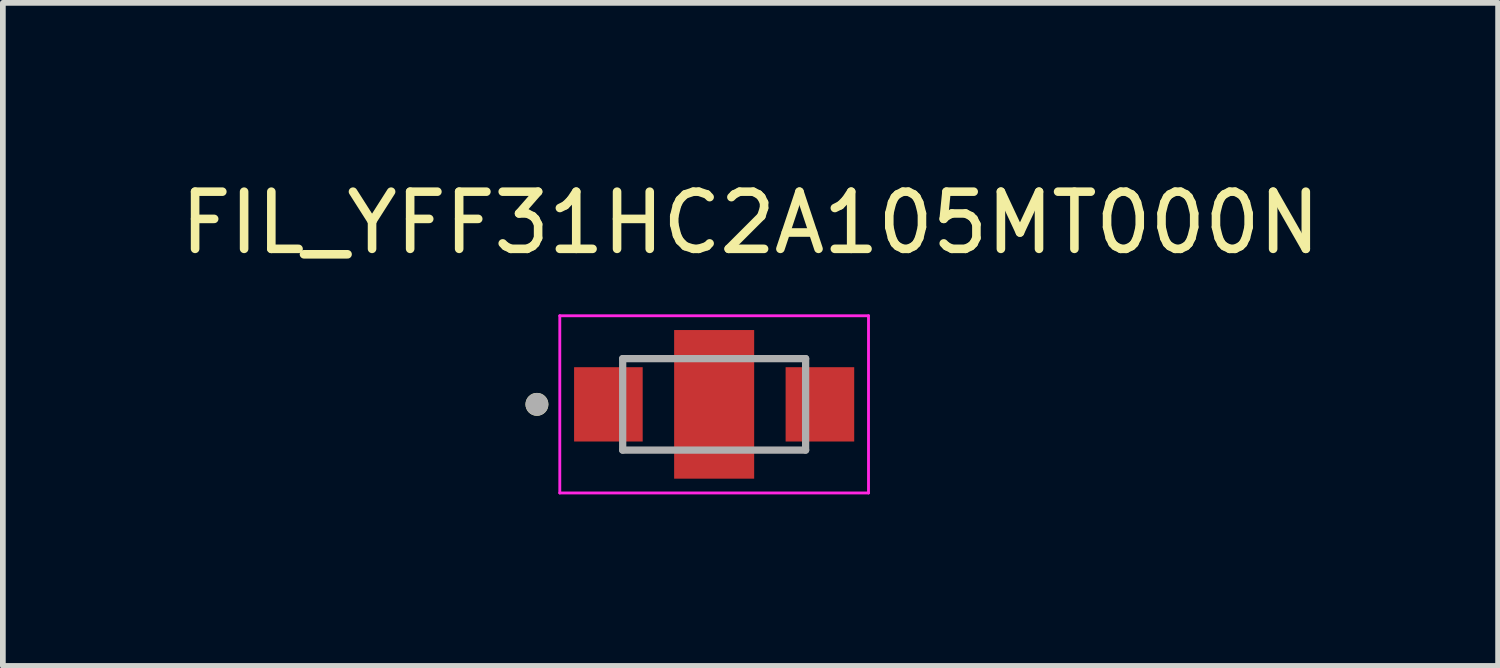
<source format=kicad_pcb>
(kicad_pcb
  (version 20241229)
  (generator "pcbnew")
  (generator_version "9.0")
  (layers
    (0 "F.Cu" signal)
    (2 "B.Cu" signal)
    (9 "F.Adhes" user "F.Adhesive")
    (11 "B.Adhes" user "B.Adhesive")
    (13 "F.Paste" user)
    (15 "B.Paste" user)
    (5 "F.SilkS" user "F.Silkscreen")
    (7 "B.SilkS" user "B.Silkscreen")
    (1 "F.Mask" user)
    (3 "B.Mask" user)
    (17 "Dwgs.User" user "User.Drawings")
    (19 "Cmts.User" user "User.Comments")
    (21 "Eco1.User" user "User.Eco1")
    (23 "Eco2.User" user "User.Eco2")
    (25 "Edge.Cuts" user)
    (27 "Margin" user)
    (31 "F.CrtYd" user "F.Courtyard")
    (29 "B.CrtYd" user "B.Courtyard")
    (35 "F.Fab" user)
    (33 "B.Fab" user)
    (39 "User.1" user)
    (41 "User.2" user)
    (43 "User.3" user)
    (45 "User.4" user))
  (footprint "FIL_YFF31HC2A105MT000N"
    (layer "F.Cu")
    (at 9.442 4.023)
    (property "Reference" "FIL_YFF31HC2A105MT000N" (at 0.635 -3.175 0) (layer "F.SilkS") (effects (font (size 1 1) (thickness 0.15))))
    (attr through_hole)
    (fp_poly (pts (xy -2.45 -0.65) (xy -1.25 -0.65) (xy -1.25 0.65) (xy -2.45 0.65)) (stroke (width 0.01) (type solid)) (fill yes) (layer "F.Mask"))
    (fp_poly (pts (xy -0.7 -1.3) (xy 0.7 -1.3) (xy 0.7 -0.4) (xy -0.7 -0.4)) (stroke (width 0.01) (type solid)) (fill yes) (layer "F.Mask"))
    (fp_poly (pts (xy -0.7 0.4) (xy 0.7 0.4) (xy 0.7 1.3) (xy -0.7 1.3)) (stroke (width 0.01) (type solid)) (fill yes) (layer "F.Mask"))
    (fp_poly (pts (xy 1.25 -0.65) (xy 2.45 -0.65) (xy 2.45 0.65) (xy 1.25 0.65)) (stroke (width 0.01) (type solid)) (fill yes) (layer "F.Mask"))
    (fp_circle (center -3.1 0) (end -3 0) (stroke (width 0.2) (type solid)) (fill no) (layer "F.SilkS"))
    (fp_poly (pts (xy -0.7 -1.3) (xy 0.7 -1.3) (xy 0.7 -0.4) (xy -0.7 -0.4)) (stroke (width 0.01) (type solid)) (fill yes) (layer "F.Paste"))
    (fp_poly (pts (xy -0.7 0.4) (xy 0.7 0.4) (xy 0.7 1.3) (xy -0.7 1.3)) (stroke (width 0.01) (type solid)) (fill yes) (layer "F.Paste"))
    (fp_line (start -2.7 -1.55) (end 2.7 -1.55) (stroke (width 0.05) (type solid)) (layer "F.CrtYd"))
    (fp_line (start -2.7 1.55) (end -2.7 -1.55) (stroke (width 0.05) (type solid)) (layer "F.CrtYd"))
    (fp_line (start 2.7 -1.55) (end 2.7 1.55) (stroke (width 0.05) (type solid)) (layer "F.CrtYd"))
    (fp_line (start 2.7 1.55) (end -2.7 1.55) (stroke (width 0.05) (type solid)) (layer "F.CrtYd"))
    (fp_line (start -1.6 -0.8) (end -1.6 0.8) (stroke (width 0.127) (type solid)) (layer "F.Fab"))
    (fp_line (start -1.6 0.8) (end 1.6 0.8) (stroke (width 0.127) (type solid)) (layer "F.Fab"))
    (fp_line (start 1.6 -0.8) (end -1.6 -0.8) (stroke (width 0.127) (type solid)) (layer "F.Fab"))
    (fp_line (start 1.6 0.8) (end 1.6 -0.8) (stroke (width 0.127) (type solid)) (layer "F.Fab"))
    (fp_circle (center -3.1 0) (end -3 0) (stroke (width 0.2) (type solid)) (fill no) (layer "F.Fab"))
    (pad "1" smd rect (at -1.85 0) (size 1.2 1.3) (layers "F.Cu" "F.Paste"))
    (pad "2_4" smd rect (at 0 0 90) (size 2.6 1.4) (layers "F.Cu"))
    (pad "3" smd rect (at 1.85 0) (size 1.2 1.3) (layers "F.Cu" "F.Paste")))
  (gr_rect
    (start -3 -3)
    (end 23.155 8.598)
    (stroke (width 0.1) (type default))
    (fill no)
    (layer "Edge.Cuts")))
</source>
